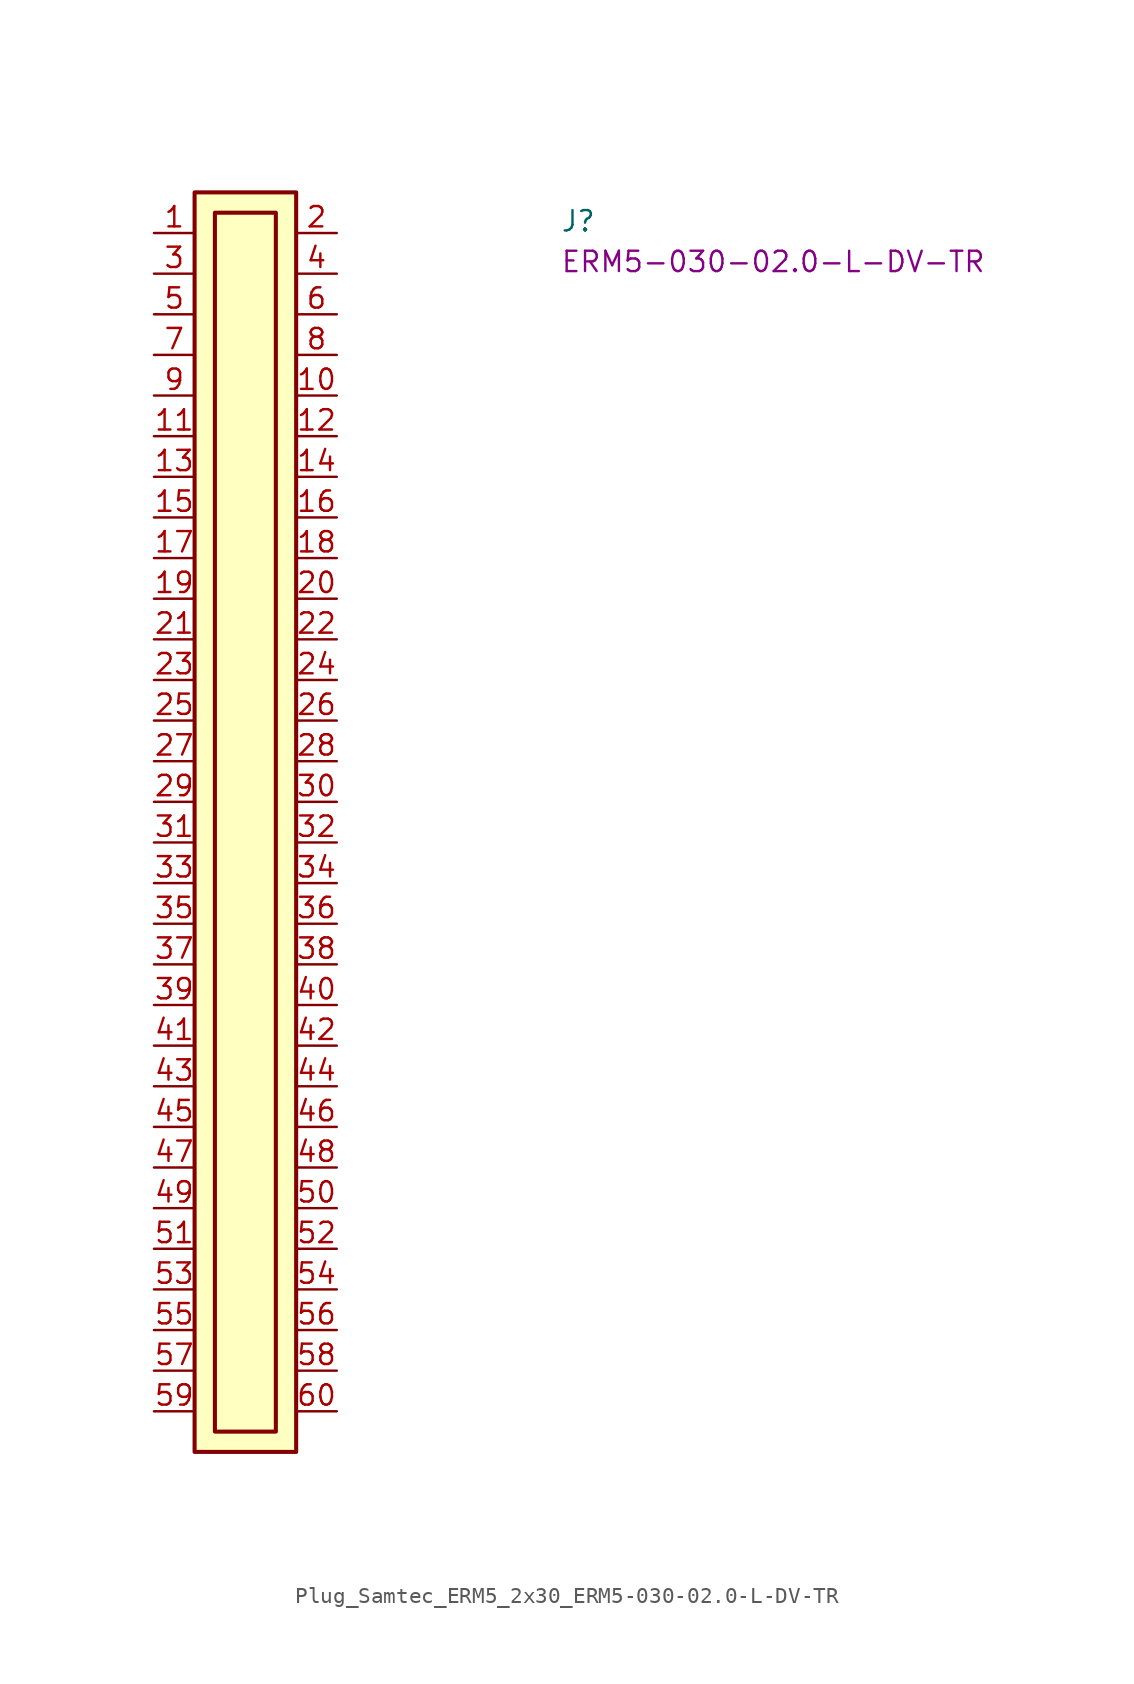
<source format=kicad_sym>
(kicad_symbol_lib
  (version 20220914)
  (generator kicad_symbol_editor)
  (symbol "Plug_Samtec_ERM5_2x30_ERM5-030-02.0-L-DV-TR"
    (pin_names hide)
    (property "Reference" "J"
      (at 25.4 0 0)
      (effects (font (size 1.27 1.27) (thickness 0.15)) (justify left bottom)))
    (property "MPN" "ERM5-030-02.0-L-DV-TR"
      (at 25.4 -2.54 0)
      (effects (font (size 1.27 1.27) (thickness 0.15)) (justify left bottom)))
    (symbol "Plug_Samtec_ERM5_2x30_ERM5-030-02.0-L-DV-TR_1_1"
      (rectangle (start 2.54 2.54) (end 8.89 -76.2) (stroke (width 0.254) (type default)) (fill (type background)))
      (rectangle (start 3.81 1.27) (end 7.62 -74.93) (stroke (width 0.254) (type default)) (fill (type background)))
      (pin passive line (at 0 0 0) (length 2.54) (name "~" (effects (font (size 1.27 1.27)))) (number "1" (effects (font (size 1.27 1.27)))))
      (pin passive line (at 11.43 -10.16 180) (length 2.54) (name "~" (effects (font (size 1.27 1.27)))) (number "10" (effects (font (size 1.27 1.27)))))
      (pin passive line (at 0 -12.7 0) (length 2.54) (name "~" (effects (font (size 1.27 1.27)))) (number "11" (effects (font (size 1.27 1.27)))))
      (pin passive line (at 11.43 -12.7 180) (length 2.54) (name "~" (effects (font (size 1.27 1.27)))) (number "12" (effects (font (size 1.27 1.27)))))
      (pin passive line (at 0 -15.24 0) (length 2.54) (name "~" (effects (font (size 1.27 1.27)))) (number "13" (effects (font (size 1.27 1.27)))))
      (pin passive line (at 11.43 -15.24 180) (length 2.54) (name "~" (effects (font (size 1.27 1.27)))) (number "14" (effects (font (size 1.27 1.27)))))
      (pin passive line (at 0 -17.78 0) (length 2.54) (name "~" (effects (font (size 1.27 1.27)))) (number "15" (effects (font (size 1.27 1.27)))))
      (pin passive line (at 11.43 -17.78 180) (length 2.54) (name "~" (effects (font (size 1.27 1.27)))) (number "16" (effects (font (size 1.27 1.27)))))
      (pin passive line (at 0 -20.32 0) (length 2.54) (name "~" (effects (font (size 1.27 1.27)))) (number "17" (effects (font (size 1.27 1.27)))))
      (pin passive line (at 11.43 -20.32 180) (length 2.54) (name "~" (effects (font (size 1.27 1.27)))) (number "18" (effects (font (size 1.27 1.27)))))
      (pin passive line (at 0 -22.86 0) (length 2.54) (name "~" (effects (font (size 1.27 1.27)))) (number "19" (effects (font (size 1.27 1.27)))))
      (pin passive line (at 11.43 0 180) (length 2.54) (name "~" (effects (font (size 1.27 1.27)))) (number "2" (effects (font (size 1.27 1.27)))))
      (pin passive line (at 11.43 -22.86 180) (length 2.54) (name "~" (effects (font (size 1.27 1.27)))) (number "20" (effects (font (size 1.27 1.27)))))
      (pin passive line (at 0 -25.4 0) (length 2.54) (name "~" (effects (font (size 1.27 1.27)))) (number "21" (effects (font (size 1.27 1.27)))))
      (pin passive line (at 11.43 -25.4 180) (length 2.54) (name "~" (effects (font (size 1.27 1.27)))) (number "22" (effects (font (size 1.27 1.27)))))
      (pin passive line (at 0 -27.94 0) (length 2.54) (name "~" (effects (font (size 1.27 1.27)))) (number "23" (effects (font (size 1.27 1.27)))))
      (pin passive line (at 11.43 -27.94 180) (length 2.54) (name "~" (effects (font (size 1.27 1.27)))) (number "24" (effects (font (size 1.27 1.27)))))
      (pin passive line (at 0 -30.48 0) (length 2.54) (name "~" (effects (font (size 1.27 1.27)))) (number "25" (effects (font (size 1.27 1.27)))))
      (pin passive line (at 11.43 -30.48 180) (length 2.54) (name "~" (effects (font (size 1.27 1.27)))) (number "26" (effects (font (size 1.27 1.27)))))
      (pin passive line (at 0 -33.02 0) (length 2.54) (name "~" (effects (font (size 1.27 1.27)))) (number "27" (effects (font (size 1.27 1.27)))))
      (pin passive line (at 11.43 -33.02 180) (length 2.54) (name "~" (effects (font (size 1.27 1.27)))) (number "28" (effects (font (size 1.27 1.27)))))
      (pin passive line (at 0 -35.56 0) (length 2.54) (name "~" (effects (font (size 1.27 1.27)))) (number "29" (effects (font (size 1.27 1.27)))))
      (pin passive line (at 0 -2.54 0) (length 2.54) (name "~" (effects (font (size 1.27 1.27)))) (number "3" (effects (font (size 1.27 1.27)))))
      (pin passive line (at 11.43 -35.56 180) (length 2.54) (name "~" (effects (font (size 1.27 1.27)))) (number "30" (effects (font (size 1.27 1.27)))))
      (pin passive line (at 0 -38.1 0) (length 2.54) (name "~" (effects (font (size 1.27 1.27)))) (number "31" (effects (font (size 1.27 1.27)))))
      (pin passive line (at 11.43 -38.1 180) (length 2.54) (name "~" (effects (font (size 1.27 1.27)))) (number "32" (effects (font (size 1.27 1.27)))))
      (pin passive line (at 0 -40.64 0) (length 2.54) (name "~" (effects (font (size 1.27 1.27)))) (number "33" (effects (font (size 1.27 1.27)))))
      (pin passive line (at 11.43 -40.64 180) (length 2.54) (name "~" (effects (font (size 1.27 1.27)))) (number "34" (effects (font (size 1.27 1.27)))))
      (pin passive line (at 0 -43.18 0) (length 2.54) (name "~" (effects (font (size 1.27 1.27)))) (number "35" (effects (font (size 1.27 1.27)))))
      (pin passive line (at 11.43 -43.18 180) (length 2.54) (name "~" (effects (font (size 1.27 1.27)))) (number "36" (effects (font (size 1.27 1.27)))))
      (pin passive line (at 0 -45.72 0) (length 2.54) (name "~" (effects (font (size 1.27 1.27)))) (number "37" (effects (font (size 1.27 1.27)))))
      (pin passive line (at 11.43 -45.72 180) (length 2.54) (name "~" (effects (font (size 1.27 1.27)))) (number "38" (effects (font (size 1.27 1.27)))))
      (pin passive line (at 0 -48.26 0) (length 2.54) (name "~" (effects (font (size 1.27 1.27)))) (number "39" (effects (font (size 1.27 1.27)))))
      (pin passive line (at 11.43 -2.54 180) (length 2.54) (name "~" (effects (font (size 1.27 1.27)))) (number "4" (effects (font (size 1.27 1.27)))))
      (pin passive line (at 11.43 -48.26 180) (length 2.54) (name "~" (effects (font (size 1.27 1.27)))) (number "40" (effects (font (size 1.27 1.27)))))
      (pin passive line (at 0 -50.8 0) (length 2.54) (name "~" (effects (font (size 1.27 1.27)))) (number "41" (effects (font (size 1.27 1.27)))))
      (pin passive line (at 11.43 -50.8 180) (length 2.54) (name "~" (effects (font (size 1.27 1.27)))) (number "42" (effects (font (size 1.27 1.27)))))
      (pin passive line (at 0 -53.34 0) (length 2.54) (name "~" (effects (font (size 1.27 1.27)))) (number "43" (effects (font (size 1.27 1.27)))))
      (pin passive line (at 11.43 -53.34 180) (length 2.54) (name "~" (effects (font (size 1.27 1.27)))) (number "44" (effects (font (size 1.27 1.27)))))
      (pin passive line (at 0 -55.88 0) (length 2.54) (name "~" (effects (font (size 1.27 1.27)))) (number "45" (effects (font (size 1.27 1.27)))))
      (pin passive line (at 11.43 -55.88 180) (length 2.54) (name "~" (effects (font (size 1.27 1.27)))) (number "46" (effects (font (size 1.27 1.27)))))
      (pin passive line (at 0 -58.42 0) (length 2.54) (name "~" (effects (font (size 1.27 1.27)))) (number "47" (effects (font (size 1.27 1.27)))))
      (pin passive line (at 11.43 -58.42 180) (length 2.54) (name "~" (effects (font (size 1.27 1.27)))) (number "48" (effects (font (size 1.27 1.27)))))
      (pin passive line (at 0 -60.96 0) (length 2.54) (name "~" (effects (font (size 1.27 1.27)))) (number "49" (effects (font (size 1.27 1.27)))))
      (pin passive line (at 0 -5.08 0) (length 2.54) (name "~" (effects (font (size 1.27 1.27)))) (number "5" (effects (font (size 1.27 1.27)))))
      (pin passive line (at 11.43 -60.96 180) (length 2.54) (name "~" (effects (font (size 1.27 1.27)))) (number "50" (effects (font (size 1.27 1.27)))))
      (pin passive line (at 0 -63.5 0) (length 2.54) (name "~" (effects (font (size 1.27 1.27)))) (number "51" (effects (font (size 1.27 1.27)))))
      (pin passive line (at 11.43 -63.5 180) (length 2.54) (name "~" (effects (font (size 1.27 1.27)))) (number "52" (effects (font (size 1.27 1.27)))))
      (pin passive line (at 0 -66.04 0) (length 2.54) (name "~" (effects (font (size 1.27 1.27)))) (number "53" (effects (font (size 1.27 1.27)))))
      (pin passive line (at 11.43 -66.04 180) (length 2.54) (name "~" (effects (font (size 1.27 1.27)))) (number "54" (effects (font (size 1.27 1.27)))))
      (pin passive line (at 0 -68.58 0) (length 2.54) (name "~" (effects (font (size 1.27 1.27)))) (number "55" (effects (font (size 1.27 1.27)))))
      (pin passive line (at 11.43 -68.58 180) (length 2.54) (name "~" (effects (font (size 1.27 1.27)))) (number "56" (effects (font (size 1.27 1.27)))))
      (pin passive line (at 0 -71.12 0) (length 2.54) (name "~" (effects (font (size 1.27 1.27)))) (number "57" (effects (font (size 1.27 1.27)))))
      (pin passive line (at 11.43 -71.12 180) (length 2.54) (name "~" (effects (font (size 1.27 1.27)))) (number "58" (effects (font (size 1.27 1.27)))))
      (pin passive line (at 0 -73.66 0) (length 2.54) (name "~" (effects (font (size 1.27 1.27)))) (number "59" (effects (font (size 1.27 1.27)))))
      (pin passive line (at 11.43 -5.08 180) (length 2.54) (name "~" (effects (font (size 1.27 1.27)))) (number "6" (effects (font (size 1.27 1.27)))))
      (pin passive line (at 11.43 -73.66 180) (length 2.54) (name "~" (effects (font (size 1.27 1.27)))) (number "60" (effects (font (size 1.27 1.27)))))
      (pin passive line (at 0 -7.62 0) (length 2.54) (name "~" (effects (font (size 1.27 1.27)))) (number "7" (effects (font (size 1.27 1.27)))))
      (pin passive line (at 11.43 -7.62 180) (length 2.54) (name "~" (effects (font (size 1.27 1.27)))) (number "8" (effects (font (size 1.27 1.27)))))
      (pin passive line (at 0 -10.16 0) (length 2.54) (name "~" (effects (font (size 1.27 1.27)))) (number "9" (effects (font (size 1.27 1.27))))))))
</source>
